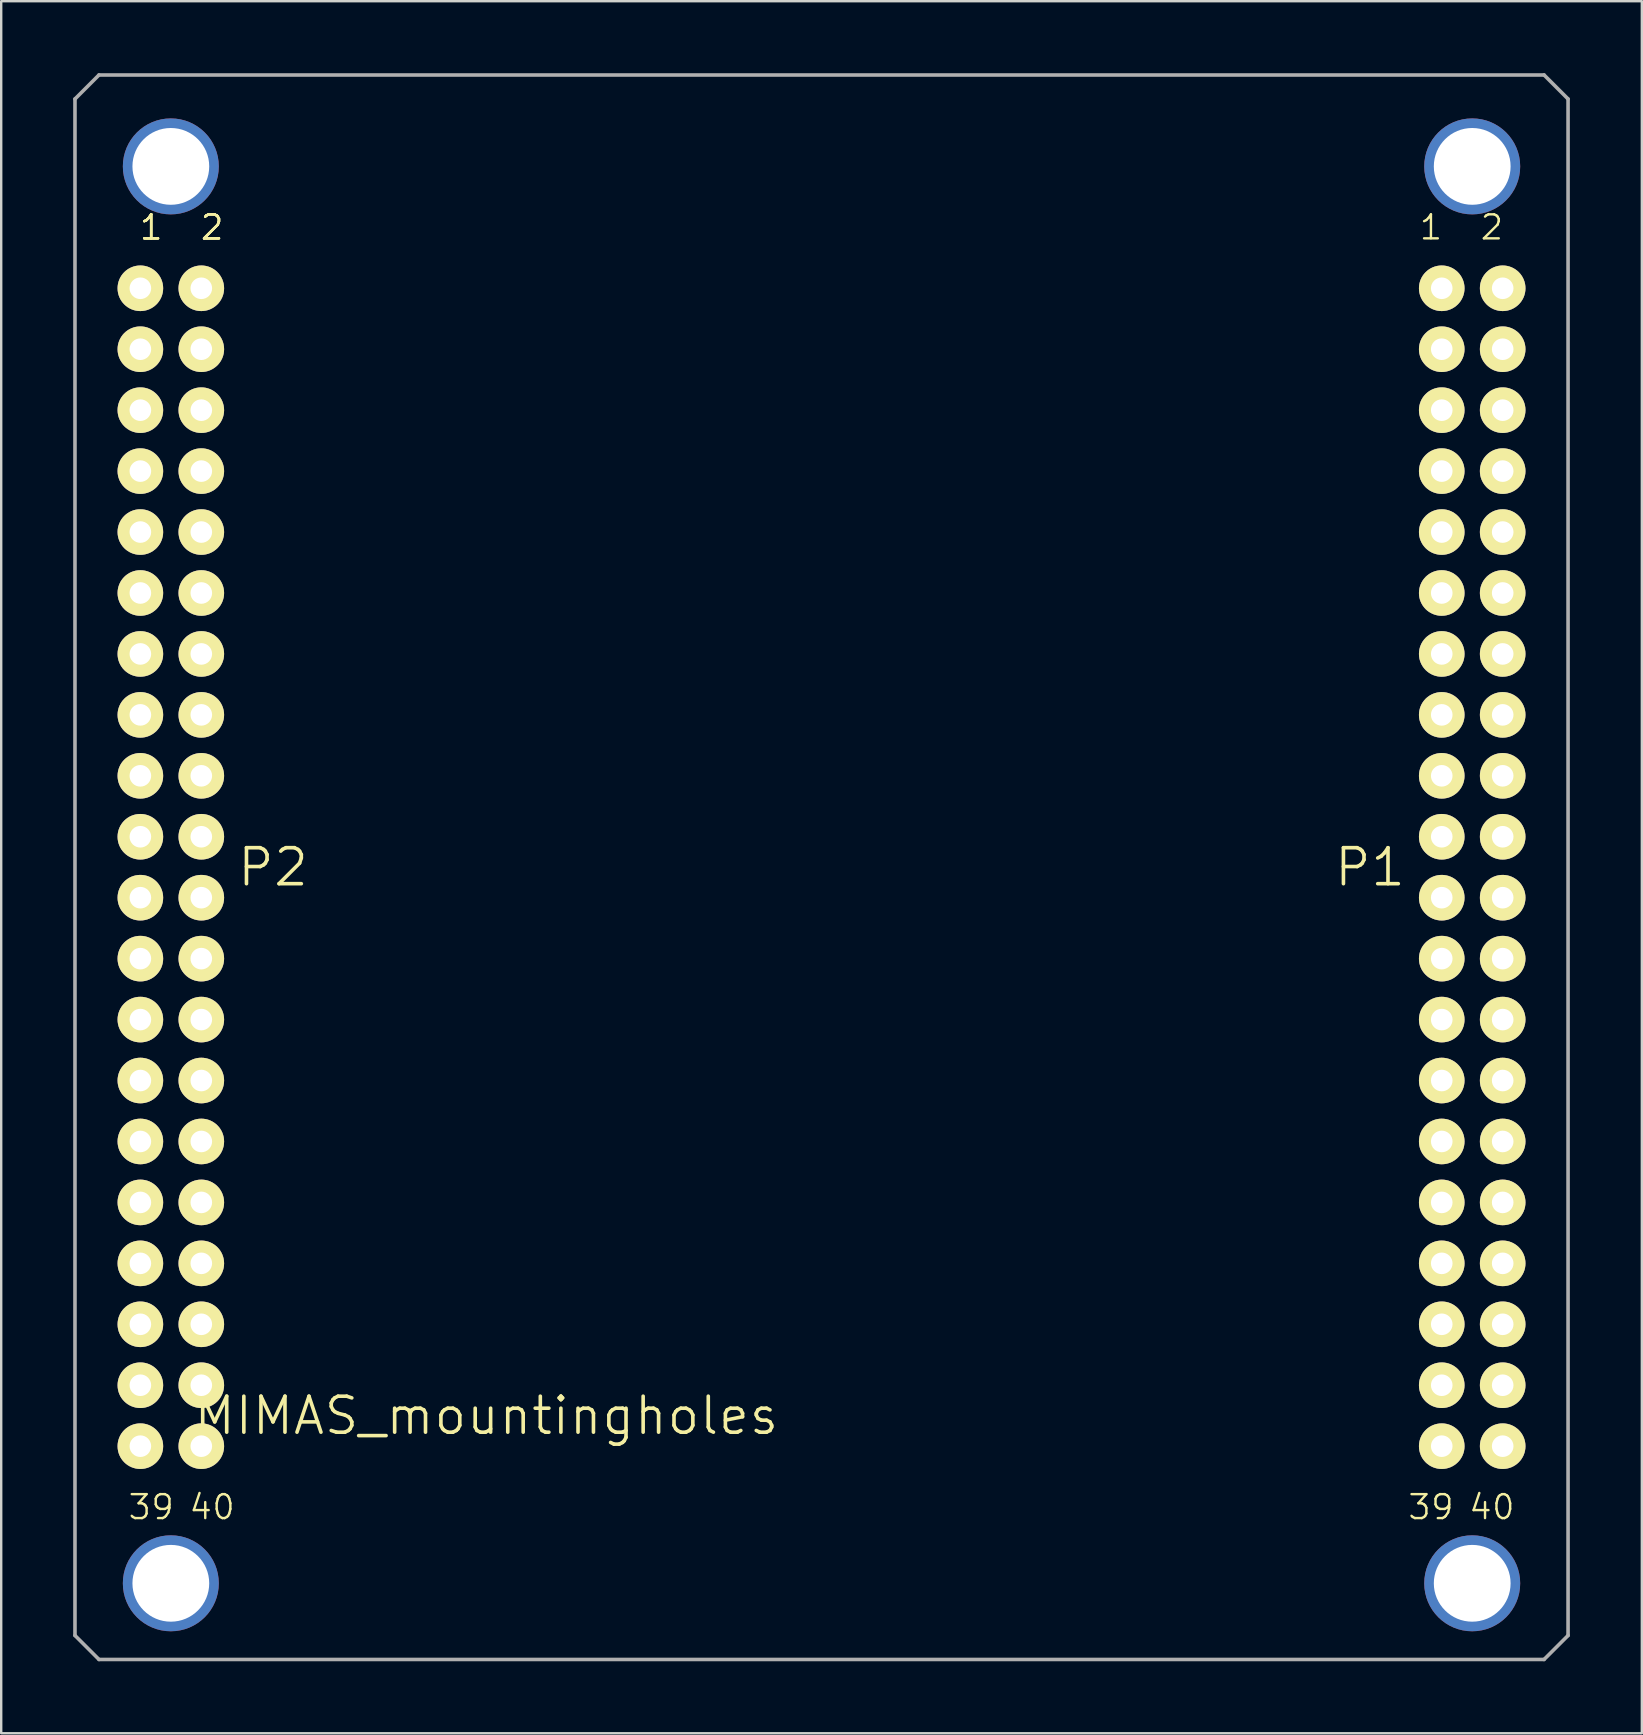
<source format=kicad_pcb>
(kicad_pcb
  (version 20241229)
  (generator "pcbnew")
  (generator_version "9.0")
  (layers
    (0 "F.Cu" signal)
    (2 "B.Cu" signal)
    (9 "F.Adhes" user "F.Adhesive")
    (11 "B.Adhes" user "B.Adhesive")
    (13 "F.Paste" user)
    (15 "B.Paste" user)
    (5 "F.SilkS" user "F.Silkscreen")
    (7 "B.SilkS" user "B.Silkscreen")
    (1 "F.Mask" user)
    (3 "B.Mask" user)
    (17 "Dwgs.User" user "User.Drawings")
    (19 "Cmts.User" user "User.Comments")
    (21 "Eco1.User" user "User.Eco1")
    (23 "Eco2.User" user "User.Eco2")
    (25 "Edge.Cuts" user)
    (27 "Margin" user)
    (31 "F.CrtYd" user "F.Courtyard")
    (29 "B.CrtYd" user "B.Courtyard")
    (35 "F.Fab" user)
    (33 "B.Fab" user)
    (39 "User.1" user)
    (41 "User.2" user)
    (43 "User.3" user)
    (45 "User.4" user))
  (footprint "MIMAS_mountingholes"
    (layer "F.Cu")
    (at 31.19 33.095)
    (property "Reference" "MIMAS_mountingholes" (at -13.97 22.86 0) (layer "F.SilkS") (effects (font (size 1.5 1.5) (thickness 0.15))))
    (attr through_hole)
    (fp_line (start -31.115 -32.02) (end -30.115 -33.02) (stroke (width 0.15) (type solid)) (layer "F.Fab"))
    (fp_line (start -31.115 32.02) (end -31.115 -32.02) (stroke (width 0.15) (type solid)) (layer "F.Fab"))
    (fp_line (start -31.115 32.02) (end -30.115 33.02) (stroke (width 0.15) (type solid)) (layer "F.Fab"))
    (fp_line (start -30.115 -33.02) (end 30.115 -33.02) (stroke (width 0.15) (type solid)) (layer "F.Fab"))
    (fp_line (start 30.115 -33.02) (end 31.115 -32.02) (stroke (width 0.15) (type solid)) (layer "F.Fab"))
    (fp_line (start 30.115 33.02) (end -30.115 33.02) (stroke (width 0.15) (type solid)) (layer "F.Fab"))
    (fp_line (start 30.115 33.02) (end 31.115 32.02) (stroke (width 0.15) (type solid)) (layer "F.Fab"))
    (fp_line (start 31.115 -32.02) (end 31.115 32.02) (stroke (width 0.15) (type solid)) (layer "F.Fab"))
    (fp_text user "P1" (at 22.86 0 0) (layer "F.SilkS") (effects (font (size 1.5 1.5) (thickness 0.15))))
    (fp_text user "2" (at -25.4 -26.67 0) (layer "F.SilkS") (effects (font (size 1 1) (thickness 0.1))))
    (fp_text user "2" (at -25.4 -26.67 0) (layer "F.SilkS") (effects (font (size 1 1) (thickness 0.1))))
    (fp_text user "2" (at -25.4 -26.67 0) (layer "F.SilkS") (effects (font (size 1 1) (thickness 0.1))))
    (fp_text user "40" (at -25.4 26.67 0) (layer "F.SilkS") (effects (font (size 1 1) (thickness 0.1))))
    (fp_text user "2" (at -25.4 -26.67 0) (layer "F.SilkS") (effects (font (size 1 1) (thickness 0.1))))
    (fp_text user "39" (at 25.4 26.67 0) (layer "F.SilkS") (effects (font (size 1 1) (thickness 0.1))))
    (fp_text user "1" (at -27.94 -26.67 0) (layer "F.SilkS") (effects (font (size 1 1) (thickness 0.1))))
    (fp_text user "2" (at 27.94 -26.67 0) (layer "F.SilkS") (effects (font (size 1 1) (thickness 0.1))))
    (fp_text user "39" (at -27.94 26.67 0) (layer "F.SilkS") (effects (font (size 1 1) (thickness 0.1))))
    (fp_text user "1" (at -27.94 -26.67 0) (layer "F.SilkS") (effects (font (size 1 1) (thickness 0.1))))
    (fp_text user "1" (at 25.4 -26.67 0) (layer "F.SilkS") (effects (font (size 1 1) (thickness 0.1))))
    (fp_text user "1" (at -27.94 -26.67 0) (layer "F.SilkS") (effects (font (size 1 1) (thickness 0.1))))
    (fp_text user "1" (at -27.94 -26.67 0) (layer "F.SilkS") (effects (font (size 1 1) (thickness 0.1))))
    (fp_text user "40" (at 27.94 26.67 0) (layer "F.SilkS") (effects (font (size 1 1) (thickness 0.1))))
    (fp_text user "P2" (at -22.86 0 0) (layer "F.SilkS") (effects (font (size 1.5 1.5) (thickness 0.15))))
    (pad "" np_thru_hole circle (at -27.12 -29.21) (size 4 4) (drill 3.2) (layers "*.Cu" "*.Mask"))
    (pad "" np_thru_hole circle (at -27.12 29.845) (size 4 4) (drill 3.2) (layers "*.Cu" "*.Mask"))
    (pad "" np_thru_hole circle (at 27.12 -29.21) (size 4 4) (drill 3.2) (layers "*.Cu" "*.Mask"))
    (pad "" np_thru_hole circle (at 27.12 29.845) (size 4 4) (drill 3.2) (layers "*.Cu" "*.Mask"))
    (pad "1-1" thru_hole circle (at 25.85 -24.13) (size 1.9 1.9) (drill 0.9) (layers "*.Cu" "*.Mask" "F.SilkS"))
    (pad "1-2" thru_hole circle (at 28.39 -24.13) (size 1.9 1.9) (drill 0.9) (layers "*.Cu" "*.Mask" "F.SilkS"))
    (pad "1-3" thru_hole circle (at 25.85 -21.59) (size 1.9 1.9) (drill 0.9) (layers "*.Cu" "*.Mask" "F.SilkS"))
    (pad "1-4" thru_hole circle (at 28.39 -21.59) (size 1.9 1.9) (drill 0.9) (layers "*.Cu" "*.Mask" "F.SilkS"))
    (pad "1-5" thru_hole circle (at 25.85 -19.05) (size 1.9 1.9) (drill 0.9) (layers "*.Cu" "*.Mask" "F.SilkS"))
    (pad "1-6" thru_hole circle (at 28.39 -19.05) (size 1.9 1.9) (drill 0.9) (layers "*.Cu" "*.Mask" "F.SilkS"))
    (pad "1-7" thru_hole circle (at 25.85 -16.51) (size 1.9 1.9) (drill 0.9) (layers "*.Cu" "*.Mask" "F.SilkS"))
    (pad "1-8" thru_hole circle (at 28.39 -16.51) (size 1.9 1.9) (drill 0.9) (layers "*.Cu" "*.Mask" "F.SilkS"))
    (pad "1-9" thru_hole circle (at 25.85 -13.97) (size 1.9 1.9) (drill 0.9) (layers "*.Cu" "*.Mask" "F.SilkS"))
    (pad "1-10" thru_hole circle (at 28.39 -13.97) (size 1.9 1.9) (drill 0.9) (layers "*.Cu" "*.Mask" "F.SilkS"))
    (pad "1-11" thru_hole circle (at 25.85 -11.43) (size 1.9 1.9) (drill 0.9) (layers "*.Cu" "*.Mask" "F.SilkS"))
    (pad "1-12" thru_hole circle (at 28.39 -11.43) (size 1.9 1.9) (drill 0.9) (layers "*.Cu" "*.Mask" "F.SilkS"))
    (pad "1-13" thru_hole circle (at 25.85 -8.89) (size 1.9 1.9) (drill 0.9) (layers "*.Cu" "*.Mask" "F.SilkS"))
    (pad "1-14" thru_hole circle (at 28.39 -8.89) (size 1.9 1.9) (drill 0.9) (layers "*.Cu" "*.Mask" "F.SilkS"))
    (pad "1-15" thru_hole circle (at 25.85 -6.35) (size 1.9 1.9) (drill 0.9) (layers "*.Cu" "*.Mask" "F.SilkS"))
    (pad "1-16" thru_hole circle (at 28.39 -6.35) (size 1.9 1.9) (drill 0.9) (layers "*.Cu" "*.Mask" "F.SilkS"))
    (pad "1-17" thru_hole circle (at 25.85 -3.81) (size 1.9 1.9) (drill 0.9) (layers "*.Cu" "*.Mask" "F.SilkS"))
    (pad "1-18" thru_hole circle (at 28.39 -3.81) (size 1.9 1.9) (drill 0.9) (layers "*.Cu" "*.Mask" "F.SilkS"))
    (pad "1-19" thru_hole circle (at 25.85 -1.27) (size 1.9 1.9) (drill 0.9) (layers "*.Cu" "*.Mask" "F.SilkS"))
    (pad "1-20" thru_hole circle (at 28.39 -1.27) (size 1.9 1.9) (drill 0.9) (layers "*.Cu" "*.Mask" "F.SilkS"))
    (pad "1-21" thru_hole circle (at 25.85 1.27) (size 1.9 1.9) (drill 0.9) (layers "*.Cu" "*.Mask" "F.SilkS"))
    (pad "1-22" thru_hole circle (at 28.39 1.27) (size 1.9 1.9) (drill 0.9) (layers "*.Cu" "*.Mask" "F.SilkS"))
    (pad "1-23" thru_hole circle (at 25.85 3.81) (size 1.9 1.9) (drill 0.9) (layers "*.Cu" "*.Mask" "F.SilkS"))
    (pad "1-24" thru_hole circle (at 28.39 3.81) (size 1.9 1.9) (drill 0.9) (layers "*.Cu" "*.Mask" "F.SilkS"))
    (pad "1-25" thru_hole circle (at 25.85 6.35) (size 1.9 1.9) (drill 0.9) (layers "*.Cu" "*.Mask" "F.SilkS"))
    (pad "1-26" thru_hole circle (at 28.39 6.35) (size 1.9 1.9) (drill 0.9) (layers "*.Cu" "*.Mask" "F.SilkS"))
    (pad "1-27" thru_hole circle (at 25.85 8.89) (size 1.9 1.9) (drill 0.9) (layers "*.Cu" "*.Mask" "F.SilkS"))
    (pad "1-28" thru_hole circle (at 28.39 8.89) (size 1.9 1.9) (drill 0.9) (layers "*.Cu" "*.Mask" "F.SilkS"))
    (pad "1-29" thru_hole circle (at 25.85 11.43) (size 1.9 1.9) (drill 0.9) (layers "*.Cu" "*.Mask" "F.SilkS"))
    (pad "1-30" thru_hole circle (at 28.39 11.43) (size 1.9 1.9) (drill 0.9) (layers "*.Cu" "*.Mask" "F.SilkS"))
    (pad "1-31" thru_hole circle (at 25.85 13.97) (size 1.9 1.9) (drill 0.9) (layers "*.Cu" "*.Mask" "F.SilkS"))
    (pad "1-32" thru_hole circle (at 28.39 13.97) (size 1.9 1.9) (drill 0.9) (layers "*.Cu" "*.Mask" "F.SilkS"))
    (pad "1-33" thru_hole circle (at 25.85 16.51) (size 1.9 1.9) (drill 0.9) (layers "*.Cu" "*.Mask" "F.SilkS"))
    (pad "1-34" thru_hole circle (at 28.39 16.51) (size 1.9 1.9) (drill 0.9) (layers "*.Cu" "*.Mask" "F.SilkS"))
    (pad "1-35" thru_hole circle (at 25.85 19.05) (size 1.9 1.9) (drill 0.9) (layers "*.Cu" "*.Mask" "F.SilkS"))
    (pad "1-36" thru_hole circle (at 28.39 19.05) (size 1.9 1.9) (drill 0.9) (layers "*.Cu" "*.Mask" "F.SilkS"))
    (pad "1-37" thru_hole circle (at 25.85 21.59) (size 1.9 1.9) (drill 0.9) (layers "*.Cu" "*.Mask" "F.SilkS"))
    (pad "1-38" thru_hole circle (at 28.39 21.59) (size 1.9 1.9) (drill 0.9) (layers "*.Cu" "*.Mask" "F.SilkS"))
    (pad "1-39" thru_hole circle (at 25.85 24.13) (size 1.9 1.9) (drill 0.9) (layers "*.Cu" "*.Mask" "F.SilkS"))
    (pad "1-40" thru_hole circle (at 28.39 24.13) (size 1.9 1.9) (drill 0.9) (layers "*.Cu" "*.Mask" "F.SilkS"))
    (pad "2-1" thru_hole circle (at -28.39 -24.13) (size 1.9 1.9) (drill 0.9) (layers "*.Cu" "*.Mask" "F.SilkS"))
    (pad "2-2" thru_hole circle (at -25.85 -24.13) (size 1.9 1.9) (drill 0.9) (layers "*.Cu" "*.Mask" "F.SilkS"))
    (pad "2-3" thru_hole circle (at -28.39 -21.59) (size 1.9 1.9) (drill 0.9) (layers "*.Cu" "*.Mask" "F.SilkS"))
    (pad "2-4" thru_hole circle (at -25.85 -21.59) (size 1.9 1.9) (drill 0.9) (layers "*.Cu" "*.Mask" "F.SilkS"))
    (pad "2-5" thru_hole circle (at -28.39 -19.05) (size 1.9 1.9) (drill 0.9) (layers "*.Cu" "*.Mask" "F.SilkS"))
    (pad "2-6" thru_hole circle (at -25.85 -19.05) (size 1.9 1.9) (drill 0.9) (layers "*.Cu" "*.Mask" "F.SilkS"))
    (pad "2-7" thru_hole circle (at -28.39 -16.51) (size 1.9 1.9) (drill 0.9) (layers "*.Cu" "*.Mask" "F.SilkS"))
    (pad "2-8" thru_hole circle (at -25.85 -16.51) (size 1.9 1.9) (drill 0.9) (layers "*.Cu" "*.Mask" "F.SilkS"))
    (pad "2-9" thru_hole circle (at -28.39 -13.97) (size 1.9 1.9) (drill 0.9) (layers "*.Cu" "*.Mask" "F.SilkS"))
    (pad "2-10" thru_hole circle (at -25.85 -13.97) (size 1.9 1.9) (drill 0.9) (layers "*.Cu" "*.Mask" "F.SilkS"))
    (pad "2-11" thru_hole circle (at -28.39 -11.43) (size 1.9 1.9) (drill 0.9) (layers "*.Cu" "*.Mask" "F.SilkS"))
    (pad "2-12" thru_hole circle (at -25.85 -11.43) (size 1.9 1.9) (drill 0.9) (layers "*.Cu" "*.Mask" "F.SilkS"))
    (pad "2-13" thru_hole circle (at -28.39 -8.89) (size 1.9 1.9) (drill 0.9) (layers "*.Cu" "*.Mask" "F.SilkS"))
    (pad "2-14" thru_hole circle (at -25.85 -8.89) (size 1.9 1.9) (drill 0.9) (layers "*.Cu" "*.Mask" "F.SilkS"))
    (pad "2-15" thru_hole circle (at -28.39 -6.35) (size 1.9 1.9) (drill 0.9) (layers "*.Cu" "*.Mask" "F.SilkS"))
    (pad "2-16" thru_hole circle (at -25.85 -6.35) (size 1.9 1.9) (drill 0.9) (layers "*.Cu" "*.Mask" "F.SilkS"))
    (pad "2-17" thru_hole circle (at -28.39 -3.81) (size 1.9 1.9) (drill 0.9) (layers "*.Cu" "*.Mask" "F.SilkS"))
    (pad "2-18" thru_hole circle (at -25.85 -3.81) (size 1.9 1.9) (drill 0.9) (layers "*.Cu" "*.Mask" "F.SilkS"))
    (pad "2-19" thru_hole circle (at -28.39 -1.27) (size 1.9 1.9) (drill 0.9) (layers "*.Cu" "*.Mask" "F.SilkS"))
    (pad "2-20" thru_hole circle (at -25.85 -1.27) (size 1.9 1.9) (drill 0.9) (layers "*.Cu" "*.Mask" "F.SilkS"))
    (pad "2-21" thru_hole circle (at -28.39 1.27) (size 1.9 1.9) (drill 0.9) (layers "*.Cu" "*.Mask" "F.SilkS"))
    (pad "2-22" thru_hole circle (at -25.85 1.27) (size 1.9 1.9) (drill 0.9) (layers "*.Cu" "*.Mask" "F.SilkS"))
    (pad "2-23" thru_hole circle (at -28.39 3.81) (size 1.9 1.9) (drill 0.9) (layers "*.Cu" "*.Mask" "F.SilkS"))
    (pad "2-24" thru_hole circle (at -25.85 3.81) (size 1.9 1.9) (drill 0.9) (layers "*.Cu" "*.Mask" "F.SilkS"))
    (pad "2-25" thru_hole circle (at -28.39 6.35) (size 1.9 1.9) (drill 0.9) (layers "*.Cu" "*.Mask" "F.SilkS"))
    (pad "2-26" thru_hole circle (at -25.85 6.35) (size 1.9 1.9) (drill 0.9) (layers "*.Cu" "*.Mask" "F.SilkS"))
    (pad "2-27" thru_hole circle (at -28.39 8.89) (size 1.9 1.9) (drill 0.9) (layers "*.Cu" "*.Mask" "F.SilkS"))
    (pad "2-28" thru_hole circle (at -25.85 8.89) (size 1.9 1.9) (drill 0.9) (layers "*.Cu" "*.Mask" "F.SilkS"))
    (pad "2-29" thru_hole circle (at -28.39 11.43) (size 1.9 1.9) (drill 0.9) (layers "*.Cu" "*.Mask" "F.SilkS"))
    (pad "2-30" thru_hole circle (at -25.85 11.43) (size 1.9 1.9) (drill 0.9) (layers "*.Cu" "*.Mask" "F.SilkS"))
    (pad "2-31" thru_hole circle (at -28.39 13.97) (size 1.9 1.9) (drill 0.9) (layers "*.Cu" "*.Mask" "F.SilkS"))
    (pad "2-32" thru_hole circle (at -25.85 13.97) (size 1.9 1.9) (drill 0.9) (layers "*.Cu" "*.Mask" "F.SilkS"))
    (pad "2-33" thru_hole circle (at -28.39 16.51) (size 1.9 1.9) (drill 0.9) (layers "*.Cu" "*.Mask" "F.SilkS"))
    (pad "2-34" thru_hole circle (at -25.85 16.51) (size 1.9 1.9) (drill 0.9) (layers "*.Cu" "*.Mask" "F.SilkS"))
    (pad "2-35" thru_hole circle (at -28.39 19.05) (size 1.9 1.9) (drill 0.9) (layers "*.Cu" "*.Mask" "F.SilkS"))
    (pad "2-36" thru_hole circle (at -25.85 19.05) (size 1.9 1.9) (drill 0.9) (layers "*.Cu" "*.Mask" "F.SilkS"))
    (pad "2-37" thru_hole circle (at -28.39 21.59) (size 1.9 1.9) (drill 0.9) (layers "*.Cu" "*.Mask" "F.SilkS"))
    (pad "2-38" thru_hole circle (at -25.85 21.59) (size 1.9 1.9) (drill 0.9) (layers "*.Cu" "*.Mask" "F.SilkS"))
    (pad "2-39" thru_hole circle (at -28.39 24.13) (size 1.9 1.9) (drill 0.9) (layers "*.Cu" "*.Mask" "F.SilkS"))
    (pad "2-40" thru_hole circle (at -25.85 24.13) (size 1.9 1.9) (drill 0.9) (layers "*.Cu" "*.Mask" "F.SilkS")))
  (gr_rect
    (start -3 -3)
    (end 65.38 69.19)
    (stroke (width 0.1) (type default))
    (fill no)
    (layer "Edge.Cuts")))
</source>
